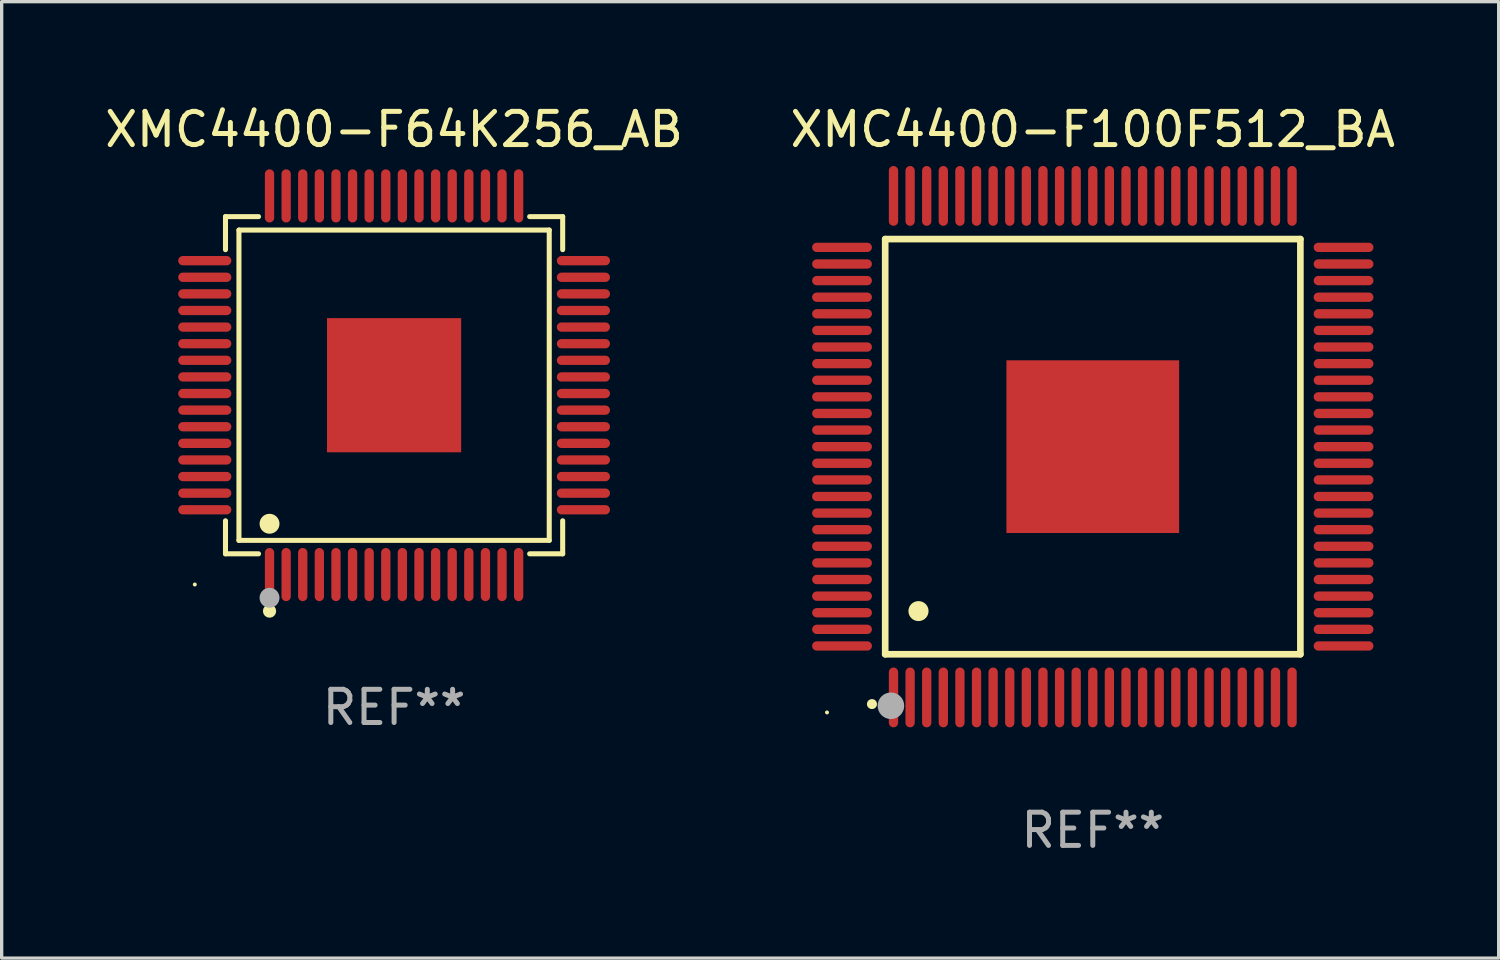
<source format=kicad_pcb>
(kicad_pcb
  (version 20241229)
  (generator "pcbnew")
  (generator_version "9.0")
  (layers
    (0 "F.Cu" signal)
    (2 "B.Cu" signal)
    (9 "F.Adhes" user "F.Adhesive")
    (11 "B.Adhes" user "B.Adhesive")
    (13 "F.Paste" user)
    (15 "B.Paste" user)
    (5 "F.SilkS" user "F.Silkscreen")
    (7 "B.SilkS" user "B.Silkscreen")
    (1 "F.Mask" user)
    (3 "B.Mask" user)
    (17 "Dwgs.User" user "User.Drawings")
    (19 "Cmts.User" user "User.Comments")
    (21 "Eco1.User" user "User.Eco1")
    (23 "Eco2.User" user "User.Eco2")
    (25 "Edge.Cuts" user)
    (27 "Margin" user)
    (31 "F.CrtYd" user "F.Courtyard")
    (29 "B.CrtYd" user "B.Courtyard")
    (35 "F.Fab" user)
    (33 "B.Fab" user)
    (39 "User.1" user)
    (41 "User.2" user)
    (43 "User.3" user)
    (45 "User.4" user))
  (footprint "XMC4400-F100F512_BA"
    (layer "F.Cu")
    (at 29.851 10.398)
    (property "Reference" "XMC4400-F100F512_BA" (at 0 -9.55 0) (layer "F.SilkS") (effects (font (size 1 1) (thickness 0.15))))
    (attr through_hole)
    (fp_line (start -6.25 -6.25) (end -6.25 6.25) (stroke (width 0.2) (type solid)) (layer "F.SilkS"))
    (fp_line (start -6.25 6.25) (end 6.25 6.25) (stroke (width 0.2) (type solid)) (layer "F.SilkS"))
    (fp_line (start 6.25 -6.25) (end -6.25 -6.25) (stroke (width 0.2) (type solid)) (layer "F.SilkS"))
    (fp_line (start 6.25 6.25) (end 6.25 -6.25) (stroke (width 0.2) (type solid)) (layer "F.SilkS"))
    (fp_arc (start -6.649733 7.749555) (mid -6.648463 7.74955) (end -6.647193 7.749555) (stroke (width 0.3) (type solid)) (layer "F.SilkS"))
    (fp_arc (start -5.250191 4.95047) (mid -5.247651 4.950459) (end -5.245111 4.95047) (stroke (width 0.6) (type solid)) (layer "F.SilkS"))
    (fp_circle (center -8.002 8.002) (end -7.972 8.002) (stroke (width 0.06) (type solid)) (fill no) (layer "F.SilkS"))
    (fp_circle (center -6.078 7.801) (end -5.878 7.801) (stroke (width 0.4) (type solid)) (fill no) (layer "F.Fab"))
    (fp_text user "REF**" (at 0 11.55 0) (layer "F.Fab") (effects (font (size 1 1) (thickness 0.15))))
    (pad "1" smd oval (at -6 7.55 180) (size 0.28 1.8) (layers "F.Cu" "F.Mask" "F.Paste"))
    (pad "2" smd oval (at -5.5 7.55 180) (size 0.28 1.8) (layers "F.Cu" "F.Mask" "F.Paste"))
    (pad "3" smd oval (at -5 7.55 180) (size 0.28 1.8) (layers "F.Cu" "F.Mask" "F.Paste"))
    (pad "4" smd oval (at -4.5 7.55 180) (size 0.28 1.8) (layers "F.Cu" "F.Mask" "F.Paste"))
    (pad "5" smd oval (at -4 7.55 180) (size 0.28 1.8) (layers "F.Cu" "F.Mask" "F.Paste"))
    (pad "6" smd oval (at -3.5 7.55 180) (size 0.28 1.8) (layers "F.Cu" "F.Mask" "F.Paste"))
    (pad "7" smd oval (at -3 7.55 180) (size 0.28 1.8) (layers "F.Cu" "F.Mask" "F.Paste"))
    (pad "8" smd oval (at -2.5 7.55 180) (size 0.28 1.8) (layers "F.Cu" "F.Mask" "F.Paste"))
    (pad "9" smd oval (at -2 7.55 180) (size 0.28 1.8) (layers "F.Cu" "F.Mask" "F.Paste"))
    (pad "10" smd oval (at -1.5 7.55 180) (size 0.28 1.8) (layers "F.Cu" "F.Mask" "F.Paste"))
    (pad "11" smd oval (at -1 7.55 180) (size 0.28 1.8) (layers "F.Cu" "F.Mask" "F.Paste"))
    (pad "12" smd oval (at -0.5 7.55 180) (size 0.28 1.8) (layers "F.Cu" "F.Mask" "F.Paste"))
    (pad "13" smd oval (at 0 7.55 180) (size 0.28 1.8) (layers "F.Cu" "F.Mask" "F.Paste"))
    (pad "14" smd oval (at 0.5 7.55 180) (size 0.28 1.8) (layers "F.Cu" "F.Mask" "F.Paste"))
    (pad "15" smd oval (at 1 7.55 180) (size 0.28 1.8) (layers "F.Cu" "F.Mask" "F.Paste"))
    (pad "16" smd oval (at 1.5 7.55 180) (size 0.28 1.8) (layers "F.Cu" "F.Mask" "F.Paste"))
    (pad "17" smd oval (at 2 7.55 180) (size 0.28 1.8) (layers "F.Cu" "F.Mask" "F.Paste"))
    (pad "18" smd oval (at 2.5 7.55 180) (size 0.28 1.8) (layers "F.Cu" "F.Mask" "F.Paste"))
    (pad "19" smd oval (at 3 7.55 180) (size 0.28 1.8) (layers "F.Cu" "F.Mask" "F.Paste"))
    (pad "20" smd oval (at 3.5 7.55 180) (size 0.28 1.8) (layers "F.Cu" "F.Mask" "F.Paste"))
    (pad "21" smd oval (at 4 7.55 180) (size 0.28 1.8) (layers "F.Cu" "F.Mask" "F.Paste"))
    (pad "22" smd oval (at 4.5 7.55 180) (size 0.28 1.8) (layers "F.Cu" "F.Mask" "F.Paste"))
    (pad "23" smd oval (at 5 7.55 180) (size 0.28 1.8) (layers "F.Cu" "F.Mask" "F.Paste"))
    (pad "24" smd oval (at 5.5 7.55 180) (size 0.28 1.8) (layers "F.Cu" "F.Mask" "F.Paste"))
    (pad "25" smd oval (at 6 7.55 180) (size 0.28 1.8) (layers "F.Cu" "F.Mask" "F.Paste"))
    (pad "26" smd oval (at 7.55 6 90) (size 0.28 1.8) (layers "F.Cu" "F.Mask" "F.Paste"))
    (pad "27" smd oval (at 7.55 5.5 90) (size 0.28 1.8) (layers "F.Cu" "F.Mask" "F.Paste"))
    (pad "28" smd oval (at 7.55 5 90) (size 0.28 1.8) (layers "F.Cu" "F.Mask" "F.Paste"))
    (pad "29" smd oval (at 7.55 4.5 90) (size 0.28 1.8) (layers "F.Cu" "F.Mask" "F.Paste"))
    (pad "30" smd oval (at 7.55 4 90) (size 0.28 1.8) (layers "F.Cu" "F.Mask" "F.Paste"))
    (pad "31" smd oval (at 7.55 3.5 90) (size 0.28 1.8) (layers "F.Cu" "F.Mask" "F.Paste"))
    (pad "32" smd oval (at 7.55 3 90) (size 0.28 1.8) (layers "F.Cu" "F.Mask" "F.Paste"))
    (pad "33" smd oval (at 7.55 2.5 90) (size 0.28 1.8) (layers "F.Cu" "F.Mask" "F.Paste"))
    (pad "34" smd oval (at 7.55 2 90) (size 0.28 1.8) (layers "F.Cu" "F.Mask" "F.Paste"))
    (pad "35" smd oval (at 7.55 1.5 90) (size 0.28 1.8) (layers "F.Cu" "F.Mask" "F.Paste"))
    (pad "36" smd oval (at 7.55 1 90) (size 0.28 1.8) (layers "F.Cu" "F.Mask" "F.Paste"))
    (pad "37" smd oval (at 7.55 0.5 90) (size 0.28 1.8) (layers "F.Cu" "F.Mask" "F.Paste"))
    (pad "38" smd oval (at 7.55 0 90) (size 0.28 1.8) (layers "F.Cu" "F.Mask" "F.Paste"))
    (pad "39" smd oval (at 7.55 -0.5 90) (size 0.28 1.8) (layers "F.Cu" "F.Mask" "F.Paste"))
    (pad "40" smd oval (at 7.55 -1 90) (size 0.28 1.8) (layers "F.Cu" "F.Mask" "F.Paste"))
    (pad "41" smd oval (at 7.55 -1.5 90) (size 0.28 1.8) (layers "F.Cu" "F.Mask" "F.Paste"))
    (pad "42" smd oval (at 7.55 -2 90) (size 0.28 1.8) (layers "F.Cu" "F.Mask" "F.Paste"))
    (pad "43" smd oval (at 7.55 -2.5 90) (size 0.28 1.8) (layers "F.Cu" "F.Mask" "F.Paste"))
    (pad "44" smd oval (at 7.55 -3 90) (size 0.28 1.8) (layers "F.Cu" "F.Mask" "F.Paste"))
    (pad "45" smd oval (at 7.55 -3.5 90) (size 0.28 1.8) (layers "F.Cu" "F.Mask" "F.Paste"))
    (pad "46" smd oval (at 7.55 -4 90) (size 0.28 1.8) (layers "F.Cu" "F.Mask" "F.Paste"))
    (pad "47" smd oval (at 7.55 -4.5 90) (size 0.28 1.8) (layers "F.Cu" "F.Mask" "F.Paste"))
    (pad "48" smd oval (at 7.55 -5 90) (size 0.28 1.8) (layers "F.Cu" "F.Mask" "F.Paste"))
    (pad "49" smd oval (at 7.55 -5.5 90) (size 0.28 1.8) (layers "F.Cu" "F.Mask" "F.Paste"))
    (pad "50" smd oval (at 7.55 -6 90) (size 0.28 1.8) (layers "F.Cu" "F.Mask" "F.Paste"))
    (pad "51" smd oval (at 6 -7.55 180) (size 0.28 1.8) (layers "F.Cu" "F.Mask" "F.Paste"))
    (pad "52" smd oval (at 5.5 -7.55 180) (size 0.28 1.8) (layers "F.Cu" "F.Mask" "F.Paste"))
    (pad "53" smd oval (at 5 -7.55 180) (size 0.28 1.8) (layers "F.Cu" "F.Mask" "F.Paste"))
    (pad "54" smd oval (at 4.5 -7.55 180) (size 0.28 1.8) (layers "F.Cu" "F.Mask" "F.Paste"))
    (pad "55" smd oval (at 4 -7.55 180) (size 0.28 1.8) (layers "F.Cu" "F.Mask" "F.Paste"))
    (pad "56" smd oval (at 3.5 -7.55 180) (size 0.28 1.8) (layers "F.Cu" "F.Mask" "F.Paste"))
    (pad "57" smd oval (at 3 -7.55 180) (size 0.28 1.8) (layers "F.Cu" "F.Mask" "F.Paste"))
    (pad "58" smd oval (at 2.5 -7.55 180) (size 0.28 1.8) (layers "F.Cu" "F.Mask" "F.Paste"))
    (pad "59" smd oval (at 2 -7.55 180) (size 0.28 1.8) (layers "F.Cu" "F.Mask" "F.Paste"))
    (pad "60" smd oval (at 1.5 -7.55 180) (size 0.28 1.8) (layers "F.Cu" "F.Mask" "F.Paste"))
    (pad "61" smd oval (at 1 -7.55 180) (size 0.28 1.8) (layers "F.Cu" "F.Mask" "F.Paste"))
    (pad "62" smd oval (at 0.5 -7.55 180) (size 0.28 1.8) (layers "F.Cu" "F.Mask" "F.Paste"))
    (pad "63" smd oval (at 0 -7.55 180) (size 0.28 1.8) (layers "F.Cu" "F.Mask" "F.Paste"))
    (pad "64" smd oval (at -0.5 -7.55 180) (size 0.28 1.8) (layers "F.Cu" "F.Mask" "F.Paste"))
    (pad "65" smd oval (at -1 -7.55 180) (size 0.28 1.8) (layers "F.Cu" "F.Mask" "F.Paste"))
    (pad "66" smd oval (at -1.5 -7.55 180) (size 0.28 1.8) (layers "F.Cu" "F.Mask" "F.Paste"))
    (pad "67" smd oval (at -2 -7.55 180) (size 0.28 1.8) (layers "F.Cu" "F.Mask" "F.Paste"))
    (pad "68" smd oval (at -2.5 -7.55 180) (size 0.28 1.8) (layers "F.Cu" "F.Mask" "F.Paste"))
    (pad "69" smd oval (at -3 -7.55 180) (size 0.28 1.8) (layers "F.Cu" "F.Mask" "F.Paste"))
    (pad "70" smd oval (at -3.5 -7.55 180) (size 0.28 1.8) (layers "F.Cu" "F.Mask" "F.Paste"))
    (pad "71" smd oval (at -4 -7.55 180) (size 0.28 1.8) (layers "F.Cu" "F.Mask" "F.Paste"))
    (pad "72" smd oval (at -4.5 -7.55 180) (size 0.28 1.8) (layers "F.Cu" "F.Mask" "F.Paste"))
    (pad "73" smd oval (at -5 -7.55 180) (size 0.28 1.8) (layers "F.Cu" "F.Mask" "F.Paste"))
    (pad "74" smd oval (at -5.5 -7.55 180) (size 0.28 1.8) (layers "F.Cu" "F.Mask" "F.Paste"))
    (pad "75" smd oval (at -6 -7.55 180) (size 0.28 1.8) (layers "F.Cu" "F.Mask" "F.Paste"))
    (pad "76" smd oval (at -7.55 -6 90) (size 0.28 1.8) (layers "F.Cu" "F.Mask" "F.Paste"))
    (pad "77" smd oval (at -7.55 -5.5 90) (size 0.28 1.8) (layers "F.Cu" "F.Mask" "F.Paste"))
    (pad "78" smd oval (at -7.55 -5 90) (size 0.28 1.8) (layers "F.Cu" "F.Mask" "F.Paste"))
    (pad "79" smd oval (at -7.55 -4.5 90) (size 0.28 1.8) (layers "F.Cu" "F.Mask" "F.Paste"))
    (pad "80" smd oval (at -7.55 -4 90) (size 0.28 1.8) (layers "F.Cu" "F.Mask" "F.Paste"))
    (pad "81" smd oval (at -7.55 -3.5 90) (size 0.28 1.8) (layers "F.Cu" "F.Mask" "F.Paste"))
    (pad "82" smd oval (at -7.55 -3 90) (size 0.28 1.8) (layers "F.Cu" "F.Mask" "F.Paste"))
    (pad "83" smd oval (at -7.55 -2.5 90) (size 0.28 1.8) (layers "F.Cu" "F.Mask" "F.Paste"))
    (pad "84" smd oval (at -7.55 -2 90) (size 0.28 1.8) (layers "F.Cu" "F.Mask" "F.Paste"))
    (pad "85" smd oval (at -7.55 -1.5 90) (size 0.28 1.8) (layers "F.Cu" "F.Mask" "F.Paste"))
    (pad "86" smd oval (at -7.55 -1 90) (size 0.28 1.8) (layers "F.Cu" "F.Mask" "F.Paste"))
    (pad "87" smd oval (at -7.55 -0.5 90) (size 0.28 1.8) (layers "F.Cu" "F.Mask" "F.Paste"))
    (pad "88" smd oval (at -7.55 0 90) (size 0.28 1.8) (layers "F.Cu" "F.Mask" "F.Paste"))
    (pad "89" smd oval (at -7.55 0.5 90) (size 0.28 1.8) (layers "F.Cu" "F.Mask" "F.Paste"))
    (pad "90" smd oval (at -7.55 1 90) (size 0.28 1.8) (layers "F.Cu" "F.Mask" "F.Paste"))
    (pad "91" smd oval (at -7.55 1.5 90) (size 0.28 1.8) (layers "F.Cu" "F.Mask" "F.Paste"))
    (pad "92" smd oval (at -7.55 2 90) (size 0.28 1.8) (layers "F.Cu" "F.Mask" "F.Paste"))
    (pad "93" smd oval (at -7.55 2.5 90) (size 0.28 1.8) (layers "F.Cu" "F.Mask" "F.Paste"))
    (pad "94" smd oval (at -7.55 3 90) (size 0.28 1.8) (layers "F.Cu" "F.Mask" "F.Paste"))
    (pad "95" smd oval (at -7.55 3.5 90) (size 0.28 1.8) (layers "F.Cu" "F.Mask" "F.Paste"))
    (pad "96" smd oval (at -7.55 4 90) (size 0.28 1.8) (layers "F.Cu" "F.Mask" "F.Paste"))
    (pad "97" smd oval (at -7.55 4.5 90) (size 0.28 1.8) (layers "F.Cu" "F.Mask" "F.Paste"))
    (pad "98" smd oval (at -7.55 5 90) (size 0.28 1.8) (layers "F.Cu" "F.Mask" "F.Paste"))
    (pad "99" smd oval (at -7.55 5.5 90) (size 0.28 1.8) (layers "F.Cu" "F.Mask" "F.Paste"))
    (pad "100" smd oval (at -7.55 6 90) (size 0.28 1.8) (layers "F.Cu" "F.Mask" "F.Paste"))
    (pad "101" smd rect (at 0 0) (size 5.2 5.2) (layers "F.Cu" "F.Mask" "F.Paste")))
  (footprint "XMC4400-F64K256_AB"
    (layer "F.Cu")
    (at 8.815 8.548)
    (property "Reference" "XMC4400-F64K256_AB" (at 0 -7.7 0) (layer "F.SilkS") (effects (font (size 1 1) (thickness 0.15))))
    (attr through_hole)
    (fp_line (start -5.076 -5.076) (end -4.081 -5.076) (stroke (width 0.152) (type solid)) (layer "F.SilkS"))
    (fp_line (start -5.076 -4.081) (end -5.076 -5.076) (stroke (width 0.152) (type solid)) (layer "F.SilkS"))
    (fp_line (start -5.076 4.081) (end -5.076 5.076) (stroke (width 0.152) (type solid)) (layer "F.SilkS"))
    (fp_line (start -5.076 5.076) (end -4.081 5.076) (stroke (width 0.152) (type solid)) (layer "F.SilkS"))
    (fp_line (start -4.671 -4.671) (end 4.671 -4.671) (stroke (width 0.152) (type solid)) (layer "F.SilkS"))
    (fp_line (start -4.671 4.671) (end -4.671 -4.671) (stroke (width 0.152) (type solid)) (layer "F.SilkS"))
    (fp_line (start 4.671 -4.671) (end 4.671 4.671) (stroke (width 0.152) (type solid)) (layer "F.SilkS"))
    (fp_line (start 4.671 4.671) (end -4.671 4.671) (stroke (width 0.152) (type solid)) (layer "F.SilkS"))
    (fp_line (start 5.076 -5.076) (end 4.081 -5.076) (stroke (width 0.152) (type solid)) (layer "F.SilkS"))
    (fp_line (start 5.076 -4.081) (end 5.076 -5.076) (stroke (width 0.152) (type solid)) (layer "F.SilkS"))
    (fp_line (start 5.076 4.081) (end 5.076 5.076) (stroke (width 0.152) (type solid)) (layer "F.SilkS"))
    (fp_line (start 5.076 5.076) (end 4.081 5.076) (stroke (width 0.152) (type solid)) (layer "F.SilkS"))
    (fp_circle (center -6 6) (end -5.97 6) (stroke (width 0.06) (type solid)) (fill no) (layer "F.SilkS"))
    (fp_circle (center -3.75 4.171) (end -3.6 4.171) (stroke (width 0.3) (type solid)) (fill no) (layer "F.SilkS"))
    (fp_circle (center -3.75 6.8) (end -3.65 6.8) (stroke (width 0.2) (type solid)) (fill no) (layer "F.SilkS"))
    (fp_circle (center -3.75 6.4) (end -3.6 6.4) (stroke (width 0.3) (type solid)) (fill no) (layer "F.Fab"))
    (fp_text user "REF**" (at 0 9.7 0) (layer "F.Fab") (effects (font (size 1 1) (thickness 0.15))))
    (pad "1" smd oval (at -3.75 5.7) (size 0.28 1.6) (layers "F.Cu" "F.Mask" "F.Paste"))
    (pad "2" smd oval (at -3.25 5.7) (size 0.28 1.6) (layers "F.Cu" "F.Mask" "F.Paste"))
    (pad "3" smd oval (at -2.75 5.7) (size 0.28 1.6) (layers "F.Cu" "F.Mask" "F.Paste"))
    (pad "4" smd oval (at -2.25 5.7) (size 0.28 1.6) (layers "F.Cu" "F.Mask" "F.Paste"))
    (pad "5" smd oval (at -1.75 5.7) (size 0.28 1.6) (layers "F.Cu" "F.Mask" "F.Paste"))
    (pad "6" smd oval (at -1.25 5.7) (size 0.28 1.6) (layers "F.Cu" "F.Mask" "F.Paste"))
    (pad "7" smd oval (at -0.75 5.7) (size 0.28 1.6) (layers "F.Cu" "F.Mask" "F.Paste"))
    (pad "8" smd oval (at -0.25 5.7) (size 0.28 1.6) (layers "F.Cu" "F.Mask" "F.Paste"))
    (pad "9" smd oval (at 0.25 5.7) (size 0.28 1.6) (layers "F.Cu" "F.Mask" "F.Paste"))
    (pad "10" smd oval (at 0.75 5.7) (size 0.28 1.6) (layers "F.Cu" "F.Mask" "F.Paste"))
    (pad "11" smd oval (at 1.25 5.7) (size 0.28 1.6) (layers "F.Cu" "F.Mask" "F.Paste"))
    (pad "12" smd oval (at 1.75 5.7) (size 0.28 1.6) (layers "F.Cu" "F.Mask" "F.Paste"))
    (pad "13" smd oval (at 2.25 5.7) (size 0.28 1.6) (layers "F.Cu" "F.Mask" "F.Paste"))
    (pad "14" smd oval (at 2.75 5.7) (size 0.28 1.6) (layers "F.Cu" "F.Mask" "F.Paste"))
    (pad "15" smd oval (at 3.25 5.7) (size 0.28 1.6) (layers "F.Cu" "F.Mask" "F.Paste"))
    (pad "16" smd oval (at 3.75 5.7) (size 0.28 1.6) (layers "F.Cu" "F.Mask" "F.Paste"))
    (pad "17" smd oval (at 5.7 3.75) (size 1.6 0.28) (layers "F.Cu" "F.Mask" "F.Paste"))
    (pad "18" smd oval (at 5.7 3.25) (size 1.6 0.28) (layers "F.Cu" "F.Mask" "F.Paste"))
    (pad "19" smd oval (at 5.7 2.75) (size 1.6 0.28) (layers "F.Cu" "F.Mask" "F.Paste"))
    (pad "20" smd oval (at 5.7 2.25) (size 1.6 0.28) (layers "F.Cu" "F.Mask" "F.Paste"))
    (pad "21" smd oval (at 5.7 1.75) (size 1.6 0.28) (layers "F.Cu" "F.Mask" "F.Paste"))
    (pad "22" smd oval (at 5.7 1.25) (size 1.6 0.28) (layers "F.Cu" "F.Mask" "F.Paste"))
    (pad "23" smd oval (at 5.7 0.75) (size 1.6 0.28) (layers "F.Cu" "F.Mask" "F.Paste"))
    (pad "24" smd oval (at 5.7 0.25) (size 1.6 0.28) (layers "F.Cu" "F.Mask" "F.Paste"))
    (pad "25" smd oval (at 5.7 -0.25) (size 1.6 0.28) (layers "F.Cu" "F.Mask" "F.Paste"))
    (pad "26" smd oval (at 5.7 -0.75) (size 1.6 0.28) (layers "F.Cu" "F.Mask" "F.Paste"))
    (pad "27" smd oval (at 5.7 -1.25) (size 1.6 0.28) (layers "F.Cu" "F.Mask" "F.Paste"))
    (pad "28" smd oval (at 5.7 -1.75) (size 1.6 0.28) (layers "F.Cu" "F.Mask" "F.Paste"))
    (pad "29" smd oval (at 5.7 -2.25) (size 1.6 0.28) (layers "F.Cu" "F.Mask" "F.Paste"))
    (pad "30" smd oval (at 5.7 -2.75) (size 1.6 0.28) (layers "F.Cu" "F.Mask" "F.Paste"))
    (pad "31" smd oval (at 5.7 -3.25) (size 1.6 0.28) (layers "F.Cu" "F.Mask" "F.Paste"))
    (pad "32" smd oval (at 5.7 -3.75) (size 1.6 0.28) (layers "F.Cu" "F.Mask" "F.Paste"))
    (pad "33" smd oval (at 3.75 -5.7) (size 0.28 1.6) (layers "F.Cu" "F.Mask" "F.Paste"))
    (pad "34" smd oval (at 3.25 -5.7) (size 0.28 1.6) (layers "F.Cu" "F.Mask" "F.Paste"))
    (pad "35" smd oval (at 2.75 -5.7) (size 0.28 1.6) (layers "F.Cu" "F.Mask" "F.Paste"))
    (pad "36" smd oval (at 2.25 -5.7) (size 0.28 1.6) (layers "F.Cu" "F.Mask" "F.Paste"))
    (pad "37" smd oval (at 1.75 -5.7) (size 0.28 1.6) (layers "F.Cu" "F.Mask" "F.Paste"))
    (pad "38" smd oval (at 1.25 -5.7) (size 0.28 1.6) (layers "F.Cu" "F.Mask" "F.Paste"))
    (pad "39" smd oval (at 0.75 -5.7) (size 0.28 1.6) (layers "F.Cu" "F.Mask" "F.Paste"))
    (pad "40" smd oval (at 0.25 -5.7) (size 0.28 1.6) (layers "F.Cu" "F.Mask" "F.Paste"))
    (pad "41" smd oval (at -0.25 -5.7) (size 0.28 1.6) (layers "F.Cu" "F.Mask" "F.Paste"))
    (pad "42" smd oval (at -0.75 -5.7) (size 0.28 1.6) (layers "F.Cu" "F.Mask" "F.Paste"))
    (pad "43" smd oval (at -1.25 -5.7) (size 0.28 1.6) (layers "F.Cu" "F.Mask" "F.Paste"))
    (pad "44" smd oval (at -1.75 -5.7) (size 0.28 1.6) (layers "F.Cu" "F.Mask" "F.Paste"))
    (pad "45" smd oval (at -2.25 -5.7) (size 0.28 1.6) (layers "F.Cu" "F.Mask" "F.Paste"))
    (pad "46" smd oval (at -2.75 -5.7) (size 0.28 1.6) (layers "F.Cu" "F.Mask" "F.Paste"))
    (pad "47" smd oval (at -3.25 -5.7) (size 0.28 1.6) (layers "F.Cu" "F.Mask" "F.Paste"))
    (pad "48" smd oval (at -3.75 -5.7) (size 0.28 1.6) (layers "F.Cu" "F.Mask" "F.Paste"))
    (pad "49" smd oval (at -5.7 -3.75) (size 1.6 0.28) (layers "F.Cu" "F.Mask" "F.Paste"))
    (pad "50" smd oval (at -5.7 -3.25) (size 1.6 0.28) (layers "F.Cu" "F.Mask" "F.Paste"))
    (pad "51" smd oval (at -5.7 -2.75) (size 1.6 0.28) (layers "F.Cu" "F.Mask" "F.Paste"))
    (pad "52" smd oval (at -5.7 -2.25) (size 1.6 0.28) (layers "F.Cu" "F.Mask" "F.Paste"))
    (pad "53" smd oval (at -5.7 -1.75) (size 1.6 0.28) (layers "F.Cu" "F.Mask" "F.Paste"))
    (pad "54" smd oval (at -5.7 -1.25) (size 1.6 0.28) (layers "F.Cu" "F.Mask" "F.Paste"))
    (pad "55" smd oval (at -5.7 -0.75) (size 1.6 0.28) (layers "F.Cu" "F.Mask" "F.Paste"))
    (pad "56" smd oval (at -5.7 -0.25) (size 1.6 0.28) (layers "F.Cu" "F.Mask" "F.Paste"))
    (pad "57" smd oval (at -5.7 0.25) (size 1.6 0.28) (layers "F.Cu" "F.Mask" "F.Paste"))
    (pad "58" smd oval (at -5.7 0.75) (size 1.6 0.28) (layers "F.Cu" "F.Mask" "F.Paste"))
    (pad "59" smd oval (at -5.7 1.25) (size 1.6 0.28) (layers "F.Cu" "F.Mask" "F.Paste"))
    (pad "60" smd oval (at -5.7 1.75) (size 1.6 0.28) (layers "F.Cu" "F.Mask" "F.Paste"))
    (pad "61" smd oval (at -5.7 2.25) (size 1.6 0.28) (layers "F.Cu" "F.Mask" "F.Paste"))
    (pad "62" smd oval (at -5.7 2.75) (size 1.6 0.28) (layers "F.Cu" "F.Mask" "F.Paste"))
    (pad "63" smd oval (at -5.7 3.25) (size 1.6 0.28) (layers "F.Cu" "F.Mask" "F.Paste"))
    (pad "64" smd oval (at -5.7 3.75) (size 1.6 0.28) (layers "F.Cu" "F.Mask" "F.Paste"))
    (pad "65" smd rect (at 0 0) (size 4.04 4.04) (layers "F.Cu" "F.Mask" "F.Paste")))
  (gr_rect
    (start -3 -3)
    (end 42.071 25.796)
    (stroke (width 0.1) (type default))
    (fill no)
    (layer "Edge.Cuts")))
</source>
